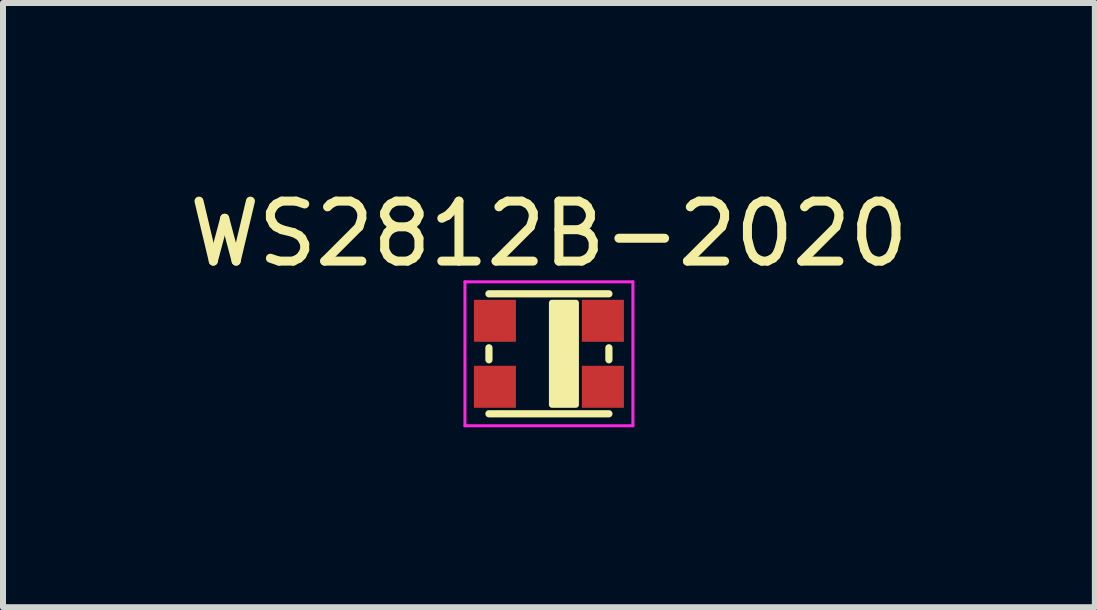
<source format=kicad_pcb>
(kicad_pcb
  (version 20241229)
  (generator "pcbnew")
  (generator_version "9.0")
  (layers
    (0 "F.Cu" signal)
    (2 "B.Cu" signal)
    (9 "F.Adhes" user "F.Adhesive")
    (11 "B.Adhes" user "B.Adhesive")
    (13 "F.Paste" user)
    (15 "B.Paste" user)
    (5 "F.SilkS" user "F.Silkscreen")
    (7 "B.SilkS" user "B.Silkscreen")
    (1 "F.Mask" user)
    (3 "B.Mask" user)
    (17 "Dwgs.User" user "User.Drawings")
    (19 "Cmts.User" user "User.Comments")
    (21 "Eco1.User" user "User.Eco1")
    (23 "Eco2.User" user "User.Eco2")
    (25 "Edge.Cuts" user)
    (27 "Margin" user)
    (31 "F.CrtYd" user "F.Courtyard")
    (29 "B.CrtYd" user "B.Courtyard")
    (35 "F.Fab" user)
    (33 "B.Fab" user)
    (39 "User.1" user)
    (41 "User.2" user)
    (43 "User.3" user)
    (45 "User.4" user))
  (footprint "WS2812B-2020"
    (layer "F.Cu")
    (at 6.101 2.848)
    (property "Reference" "WS2812B-2020" (at 0 -2 0) (layer "F.SilkS") (effects (font (size 1 1) (thickness 0.15))))
    (attr through_hole)
    (fp_line (start -1 -1) (end 1 -1) (stroke (width 0.12) (type solid)) (layer "F.SilkS"))
    (fp_line (start -1 -0.1) (end -1 0.1) (stroke (width 0.12) (type solid)) (layer "F.SilkS"))
    (fp_line (start -1 1) (end 1 1) (stroke (width 0.12) (type solid)) (layer "F.SilkS"))
    (fp_line (start 1 0.1) (end 1 -0.1) (stroke (width 0.12) (type solid)) (layer "F.SilkS"))
    (fp_poly (pts (xy 0.45 0.85) (xy 0.05 0.85) (xy 0.05 -0.85) (xy 0.45 -0.85)) (stroke (width 0.1) (type solid)) (fill yes) (layer "F.SilkS"))
    (fp_line (start -1.4 -1.2) (end 1.4 -1.2) (stroke (width 0.05) (type solid)) (layer "F.CrtYd"))
    (fp_line (start -1.4 1.2) (end -1.4 -1.2) (stroke (width 0.05) (type solid)) (layer "F.CrtYd"))
    (fp_line (start 1.4 -1.2) (end 1.4 1.2) (stroke (width 0.05) (type solid)) (layer "F.CrtYd"))
    (fp_line (start 1.4 1.2) (end -1.4 1.2) (stroke (width 0.05) (type solid)) (layer "F.CrtYd"))
    (pad "1" smd rect (at 0.9 0.55) (size 0.7 0.7) (layers "F.Cu" "F.Mask" "F.Paste"))
    (pad "2" smd rect (at 0.9 -0.55) (size 0.7 0.7) (layers "F.Cu" "F.Mask" "F.Paste"))
    (pad "3" smd rect (at -0.9 -0.55) (size 0.7 0.7) (layers "F.Cu" "F.Mask" "F.Paste"))
    (pad "4" smd rect (at -0.9 0.55) (size 0.7 0.7) (layers "F.Cu" "F.Mask" "F.Paste")))
  (gr_rect
    (start -3 -3)
    (end 15.202 7.073)
    (stroke (width 0.1) (type default))
    (fill no)
    (layer "Edge.Cuts")))
</source>
